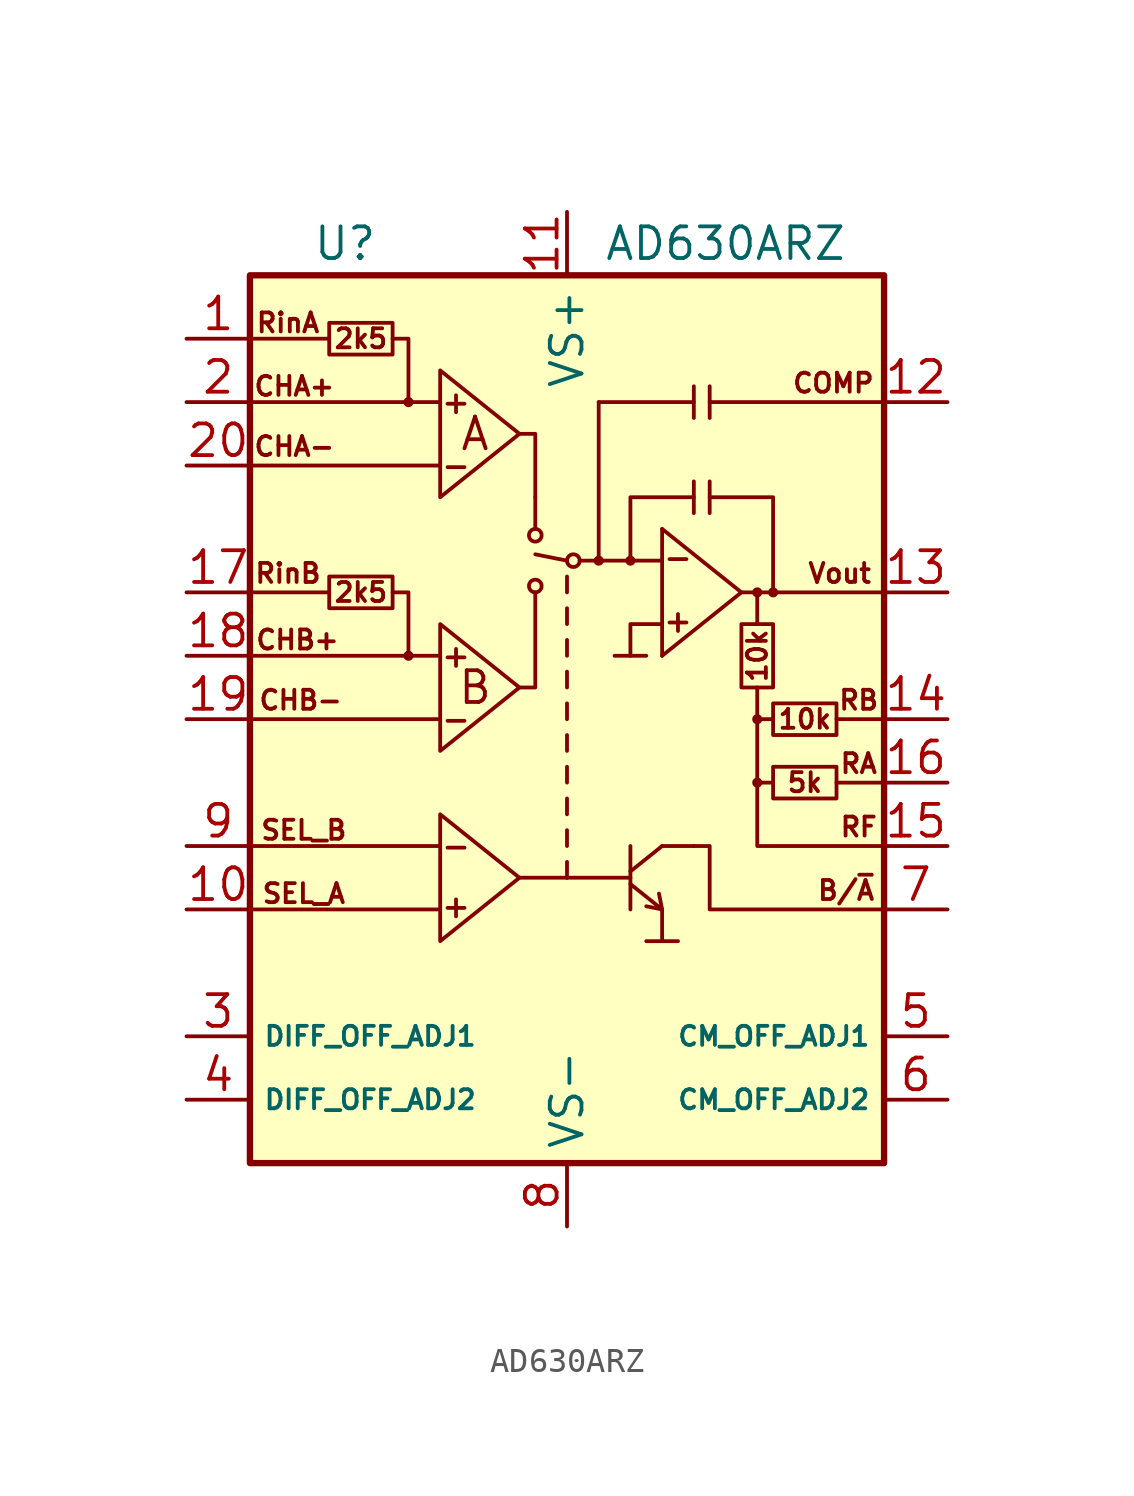
<source format=kicad_sym>
(kicad_symbol_lib
  (version 20201005)
  (generator kicad_symbol_editor)
  (symbol "Analog:AD630ARZ"
    (property "Reference" "U"
      (at -8.89 19.05 0)
      (effects (font (size 1.27 1.27))))
    (property "Value" "AD630ARZ"
      (at 6.35 19.05 0)
      (effects (font (size 1.27 1.27))))
    (symbol "AD630ARZ_0_0"
      (text "+" (at -4.445 -7.493 0) (effects (font (size 0.889 0.889))))
      (text "+" (at -4.445 2.54 0) (effects (font (size 0.889 0.889))))
      (text "+" (at -4.445 12.7 0) (effects (font (size 0.889 0.889))))
      (text "+" (at 4.445 3.937 0) (effects (font (size 0.889 0.889))))
      (text "-" (at -4.445 -5.08 0) (effects (font (size 0.889 0.889))))
      (text "-" (at -4.445 0 0) (effects (font (size 0.889 0.889))))
      (text "-" (at -4.445 10.16 0) (effects (font (size 0.889 0.889))))
      (text "-" (at 4.445 6.477 0) (effects (font (size 0.889 0.889))))
      (text "10k" (at 7.62 2.54 900) (effects (font (size 0.762 0.762))))
      (text "10k" (at 9.525 0 0) (effects (font (size 0.762 0.762))))
      (text "2k5" (at -8.255 5.08 0) (effects (font (size 0.762 0.762))))
      (text "2k5" (at -8.255 15.24 0) (effects (font (size 0.762 0.762))))
      (text "5k" (at 9.525 -2.54 0) (effects (font (size 0.762 0.762))))
      (text "A" (at -3.683 11.43 0) (effects (font (size 1.27 1.27))))
      (text "B" (at -3.683 1.27 0) (effects (font (size 1.27 1.27))))
      (text "B/~A" (at 11.176 -6.858 0) (effects (font (size 0.762 0.762))))
      (text "CHA+" (at -10.922 13.335 0) (effects (font (size 0.762 0.762))))
      (text "CHA-" (at -10.922 10.922 0) (effects (font (size 0.762 0.762))))
      (text "CHB+" (at -10.795 3.175 0) (effects (font (size 0.762 0.762))))
      (text "CHB-" (at -10.668 0.762 0) (effects (font (size 0.762 0.762))))
      (text "COMP" (at 10.668 13.462 0) (effects (font (size 0.762 0.762))))
      (text "RA" (at 11.684 -1.778 0) (effects (font (size 0.762 0.762))))
      (text "RB" (at 11.684 0.762 0) (effects (font (size 0.762 0.762))))
      (text "RF" (at 11.684 -4.318 0) (effects (font (size 0.762 0.762))))
      (text "RinA" (at -11.176 15.875 0) (effects (font (size 0.762 0.762))))
      (text "RinB" (at -11.176 5.842 0) (effects (font (size 0.762 0.762))))
      (text "SEL_A" (at -10.541 -6.985 0) (effects (font (size 0.762 0.762))))
      (text "SEL_B" (at -10.541 -4.445 0) (effects (font (size 0.762 0.762))))
      (text "Vout" (at 10.922 5.842 0) (effects (font (size 0.762 0.762)))))
    (symbol "AD630ARZ_0_1"
      (circle (center -6.35 2.54) (radius 0.127) (stroke (width 0)) (fill (type none)))
      (circle (center -6.35 12.7) (radius 0.127) (stroke (width 0)) (fill (type none)))
      (circle (center -1.27 5.334) (radius 0.254) (stroke (width 0)) (fill (type none)))
      (circle (center -1.27 7.366) (radius 0.254) (stroke (width 0)) (fill (type none)))
      (circle (center 0.254 6.35) (radius 0.254) (stroke (width 0)) (fill (type none)))
      (circle (center 1.27 6.35) (radius 0.127) (stroke (width 0)) (fill (type none)))
      (circle (center 2.54 6.35) (radius 0.127) (stroke (width 0)) (fill (type none)))
      (circle (center 7.62 -2.54) (radius 0.127) (stroke (width 0)) (fill (type none)))
      (circle (center 7.62 0) (radius 0.127) (stroke (width 0)) (fill (type none)))
      (circle (center 7.62 5.08) (radius 0.127) (stroke (width 0)) (fill (type none)))
      (circle (center 8.255 5.08) (radius 0.127) (stroke (width 0)) (fill (type none)))
      (rectangle (start -12.7 17.78) (end 12.7 -17.78) (stroke (width 0.254)) (fill (type background)))
      (polyline (pts (xy -12.7 -7.62) (xy -5.08 -7.62)) (stroke (width 0)) (fill (type none)))
      (polyline (pts (xy -12.7 -5.08) (xy -5.08 -5.08)) (stroke (width 0)) (fill (type none)))
      (polyline (pts (xy -12.7 0) (xy -5.08 0)) (stroke (width 0)) (fill (type none)))
      (polyline (pts (xy -12.7 5.08) (xy -9.525 5.08)) (stroke (width 0)) (fill (type none)))
      (polyline (pts (xy -12.7 10.16) (xy -5.08 10.16)) (stroke (width 0)) (fill (type none)))
      (polyline (pts (xy -12.7 15.24) (xy -9.525 15.24)) (stroke (width 0)) (fill (type none)))
      (polyline (pts (xy -6.35 12.7) (xy -5.08 12.7)) (stroke (width 0)) (fill (type none)))
      (polyline (pts (xy -1.905 -6.35) (xy 0 -6.35)) (stroke (width 0)) (fill (type none)))
      (polyline (pts (xy -1.27 8.89) (xy -1.27 7.62)) (stroke (width 0)) (fill (type none)))
      (polyline (pts (xy 0 -6.35) (xy 2.54 -6.35)) (stroke (width 0)) (fill (type none)))
      (polyline (pts (xy 0 -5.715) (xy 0 -6.35)) (stroke (width 0)) (fill (type none)))
      (polyline (pts (xy 0 -4.445) (xy 0 -5.08)) (stroke (width 0)) (fill (type none)))
      (polyline (pts (xy 0 -3.175) (xy 0 -3.81)) (stroke (width 0)) (fill (type none)))
      (polyline (pts (xy 0 -1.905) (xy 0 -2.54)) (stroke (width 0)) (fill (type none)))
      (polyline (pts (xy 0 -0.635) (xy 0 -1.27)) (stroke (width 0)) (fill (type none)))
      (polyline (pts (xy 0 0.635) (xy 0 0)) (stroke (width 0)) (fill (type none)))
      (polyline (pts (xy 0 1.905) (xy 0 1.27)) (stroke (width 0)) (fill (type none)))
      (polyline (pts (xy 0 3.175) (xy 0 2.54)) (stroke (width 0)) (fill (type none)))
      (polyline (pts (xy 0 4.445) (xy 0 3.81)) (stroke (width 0)) (fill (type none)))
      (polyline (pts (xy 0 5.715) (xy 0 5.08)) (stroke (width 0)) (fill (type none)))
      (polyline (pts (xy 0 6.35) (xy -1.27 6.604)) (stroke (width 0)) (fill (type none)))
      (polyline (pts (xy 1.27 6.35) (xy 0.508 6.35)) (stroke (width 0)) (fill (type none)))
      (polyline (pts (xy 1.27 6.35) (xy 1.27 12.7)) (stroke (width 0)) (fill (type none)))
      (polyline (pts (xy 1.27 6.35) (xy 3.81 6.35)) (stroke (width 0)) (fill (type none)))
      (polyline (pts (xy 1.905 2.54) (xy 3.175 2.54)) (stroke (width 0)) (fill (type none)))
      (polyline (pts (xy 2.54 -6.604) (xy 3.81 -7.62)) (stroke (width 0)) (fill (type none)))
      (polyline (pts (xy 2.54 -6.096) (xy 3.81 -5.08)) (stroke (width 0)) (fill (type none)))
      (polyline (pts (xy 2.54 -5.08) (xy 2.54 -7.62)) (stroke (width 0)) (fill (type none)))
      (polyline (pts (xy 3.81 -8.89) (xy 4.445 -8.89)) (stroke (width 0)) (fill (type none)))
      (polyline (pts (xy 3.81 -5.08) (xy 5.08 -5.08)) (stroke (width 0)) (fill (type none)))
      (polyline (pts (xy 3.81 7.62) (xy 3.81 2.54)) (stroke (width 0)) (fill (type none)))
      (polyline (pts (xy 5.08 9.525) (xy 5.08 8.255)) (stroke (width 0)) (fill (type none)))
      (polyline (pts (xy 5.08 12.065) (xy 5.08 12.7)) (stroke (width 0)) (fill (type none)))
      (polyline (pts (xy 5.715 9.525) (xy 5.715 8.255)) (stroke (width 0)) (fill (type none)))
      (polyline (pts (xy 5.715 12.7) (xy 12.7 12.7)) (stroke (width 0)) (fill (type none)))
      (polyline (pts (xy 5.715 13.335) (xy 5.715 12.065)) (stroke (width 0)) (fill (type none)))
      (polyline (pts (xy 7.62 1.27) (xy 7.62 -2.54)) (stroke (width 0)) (fill (type none)))
      (polyline (pts (xy 7.62 5.08) (xy 12.7 5.08)) (stroke (width 0)) (fill (type none)))
      (polyline (pts (xy 8.255 -2.54) (xy 7.62 -2.54)) (stroke (width 0)) (fill (type none)))
      (polyline (pts (xy 8.255 0) (xy 7.62 0)) (stroke (width 0)) (fill (type none)))
      (polyline (pts (xy 10.795 -2.54) (xy 12.7 -2.54)) (stroke (width 0)) (fill (type none)))
      (polyline (pts (xy 10.795 0) (xy 12.7 0)) (stroke (width 0)) (fill (type none)))
      (polyline (pts (xy -6.35 2.54) (xy -5.715 2.54) (xy -5.08 2.54)) (stroke (width 0)) (fill (type none)))
      (polyline (pts (xy -1.905 1.27) (xy -1.27 1.27) (xy -1.27 5.08)) (stroke (width 0)) (fill (type none)))
      (polyline (pts (xy -1.905 11.43) (xy -1.27 11.43) (xy -1.27 8.89)) (stroke (width 0)) (fill (type none)))
      (polyline (pts (xy 1.27 12.7) (xy 5.08 12.7) (xy 5.08 13.335)) (stroke (width 0)) (fill (type none)))
      (polyline (pts (xy 2.54 6.35) (xy 2.54 8.89) (xy 5.08 8.89)) (stroke (width 0)) (fill (type none)))
      (polyline (pts (xy 3.683 -6.985) (xy 3.81 -7.62) (xy 3.175 -7.493)) (stroke (width 0)) (fill (type none)))
      (polyline (pts (xy 3.81 -7.62) (xy 3.81 -8.89) (xy 3.175 -8.89)) (stroke (width 0)) (fill (type none)))
      (polyline (pts (xy 3.81 3.81) (xy 2.54 3.81) (xy 2.54 2.54)) (stroke (width 0)) (fill (type none)))
      (polyline (pts (xy 3.81 7.62) (xy 6.985 5.08) (xy 3.81 2.54)) (stroke (width 0)) (fill (type none)))
      (polyline (pts (xy 5.715 8.89) (xy 8.255 8.89) (xy 8.255 5.08)) (stroke (width 0)) (fill (type none)))
      (polyline (pts (xy 7.62 -2.54) (xy 7.62 -5.08) (xy 12.7 -5.08)) (stroke (width 0)) (fill (type none)))
      (polyline (pts (xy 7.62 3.81) (xy 7.62 5.08) (xy 6.985 5.08)) (stroke (width 0)) (fill (type none)))
      (polyline (pts (xy -6.985 5.08) (xy -6.35 5.08) (xy -6.35 2.54) (xy -12.7 2.54)) (stroke (width 0)) (fill (type none)))
      (polyline (pts (xy -6.985 15.24) (xy -6.35 15.24) (xy -6.35 12.7) (xy -12.7 12.7)) (stroke (width 0)) (fill (type none)))
      (polyline (pts (xy -5.08 -3.81) (xy -5.08 -8.89) (xy -1.905 -6.35) (xy -5.08 -3.81)) (stroke (width 0)) (fill (type none)))
      (polyline (pts (xy -5.08 3.81) (xy -5.08 -1.27) (xy -1.905 1.27) (xy -5.08 3.81)) (stroke (width 0)) (fill (type none)))
      (polyline (pts (xy -5.08 13.97) (xy -5.08 8.89) (xy -1.905 11.43) (xy -5.08 13.97)) (stroke (width 0)) (fill (type none)))
      (polyline (pts (xy 5.08 -5.08) (xy 5.715 -5.08) (xy 5.715 -7.62) (xy 12.7 -7.62)) (stroke (width 0)) (fill (type none)))
      (polyline (pts (xy -9.525 5.715) (xy -9.525 4.445) (xy -6.985 4.445) (xy -6.985 5.715) (xy -9.525 5.715)) (stroke (width 0)) (fill (type none)))
      (polyline (pts (xy -9.525 15.875) (xy -9.525 14.605) (xy -6.985 14.605) (xy -6.985 15.875) (xy -9.525 15.875)) (stroke (width 0)) (fill (type none)))
      (polyline (pts (xy 6.985 3.81) (xy 8.255 3.81) (xy 8.255 1.27) (xy 6.985 1.27) (xy 6.985 3.81)) (stroke (width 0)) (fill (type none)))
      (polyline (pts (xy 8.255 -1.905) (xy 8.255 -3.175) (xy 10.795 -3.175) (xy 10.795 -1.905) (xy 8.255 -1.905)) (stroke (width 0)) (fill (type none)))
      (polyline (pts (xy 8.255 0.635) (xy 8.255 -0.635) (xy 10.795 -0.635) (xy 10.795 0.635) (xy 8.255 0.635)) (stroke (width 0)) (fill (type none))))
    (symbol "AD630ARZ_1_1"
      (pin input line (at -15.24 15.24 0) (length 2.54) (name "RinA" (effects (font (size 0 0)))) (number "1" (effects (font (size 1.27 1.27)))))
      (pin input line (at -15.24 -7.62 0) (length 2.54) (name "SEL_A" (effects (font (size 0 0)))) (number "10" (effects (font (size 1.27 1.27)))))
      (pin power_in line (at 0 20.32 270) (length 2.54) (name "VS+" (effects (font (size 1.27 1.27)))) (number "11" (effects (font (size 1.27 1.27)))))
      (pin passive line (at 15.24 12.7 180) (length 2.54) (name "COMP" (effects (font (size 0 0)))) (number "12" (effects (font (size 1.27 1.27)))))
      (pin output line (at 15.24 5.08 180) (length 2.54) (name "Vout" (effects (font (size 0 0)))) (number "13" (effects (font (size 1.27 1.27)))))
      (pin output line (at 15.24 0 180) (length 2.54) (name "RB" (effects (font (size 0 0)))) (number "14" (effects (font (size 1.27 1.27)))))
      (pin output line (at 15.24 -5.08 180) (length 2.54) (name "RF" (effects (font (size 0 0)))) (number "15" (effects (font (size 1.27 1.27)))))
      (pin output line (at 15.24 -2.54 180) (length 2.54) (name "RA" (effects (font (size 0 0)))) (number "16" (effects (font (size 1.27 1.27)))))
      (pin input line (at -15.24 5.08 0) (length 2.54) (name "RinB" (effects (font (size 0 0)))) (number "17" (effects (font (size 1.27 1.27)))))
      (pin input line (at -15.24 2.54 0) (length 2.54) (name "CHB+" (effects (font (size 0 0)))) (number "18" (effects (font (size 1.27 1.27)))))
      (pin input line (at -15.24 0 0) (length 2.54) (name "CHB-" (effects (font (size 0 0)))) (number "19" (effects (font (size 1.27 1.27)))))
      (pin input line (at -15.24 12.7 0) (length 2.54) (name "CHA+" (effects (font (size 0 0)))) (number "2" (effects (font (size 1.27 1.27)))))
      (pin input line (at -15.24 10.16 0) (length 2.54) (name "CHA-" (effects (font (size 0 0)))) (number "20" (effects (font (size 1.27 1.27)))))
      (pin passive line (at -15.24 -12.7 0) (length 2.54) (name "DIFF_OFF_ADJ1" (effects (font (size 0.762 0.762)))) (number "3" (effects (font (size 1.27 1.27)))))
      (pin passive line (at -15.24 -15.24 0) (length 2.54) (name "DIFF_OFF_ADJ2" (effects (font (size 0.762 0.762)))) (number "4" (effects (font (size 1.27 1.27)))))
      (pin passive line (at 15.24 -12.7 180) (length 2.54) (name "CM_OFF_ADJ1" (effects (font (size 0.762 0.762)))) (number "5" (effects (font (size 1.27 1.27)))))
      (pin passive line (at 15.24 -15.24 180) (length 2.54) (name "CM_OFF_ADJ2" (effects (font (size 0.762 0.762)))) (number "6" (effects (font (size 1.27 1.27)))))
      (pin open_collector line (at 15.24 -7.62 180) (length 2.54) (name "B/~A" (effects (font (size 0 0)))) (number "7" (effects (font (size 1.27 1.27)))))
      (pin power_in line (at 0 -20.32 90) (length 2.54) (name "VS-" (effects (font (size 1.27 1.27)))) (number "8" (effects (font (size 1.27 1.27)))))
      (pin input line (at -15.24 -5.08 0) (length 2.54) (name "SEL_B" (effects (font (size 0 0)))) (number "9" (effects (font (size 1.27 1.27))))))))
</source>
